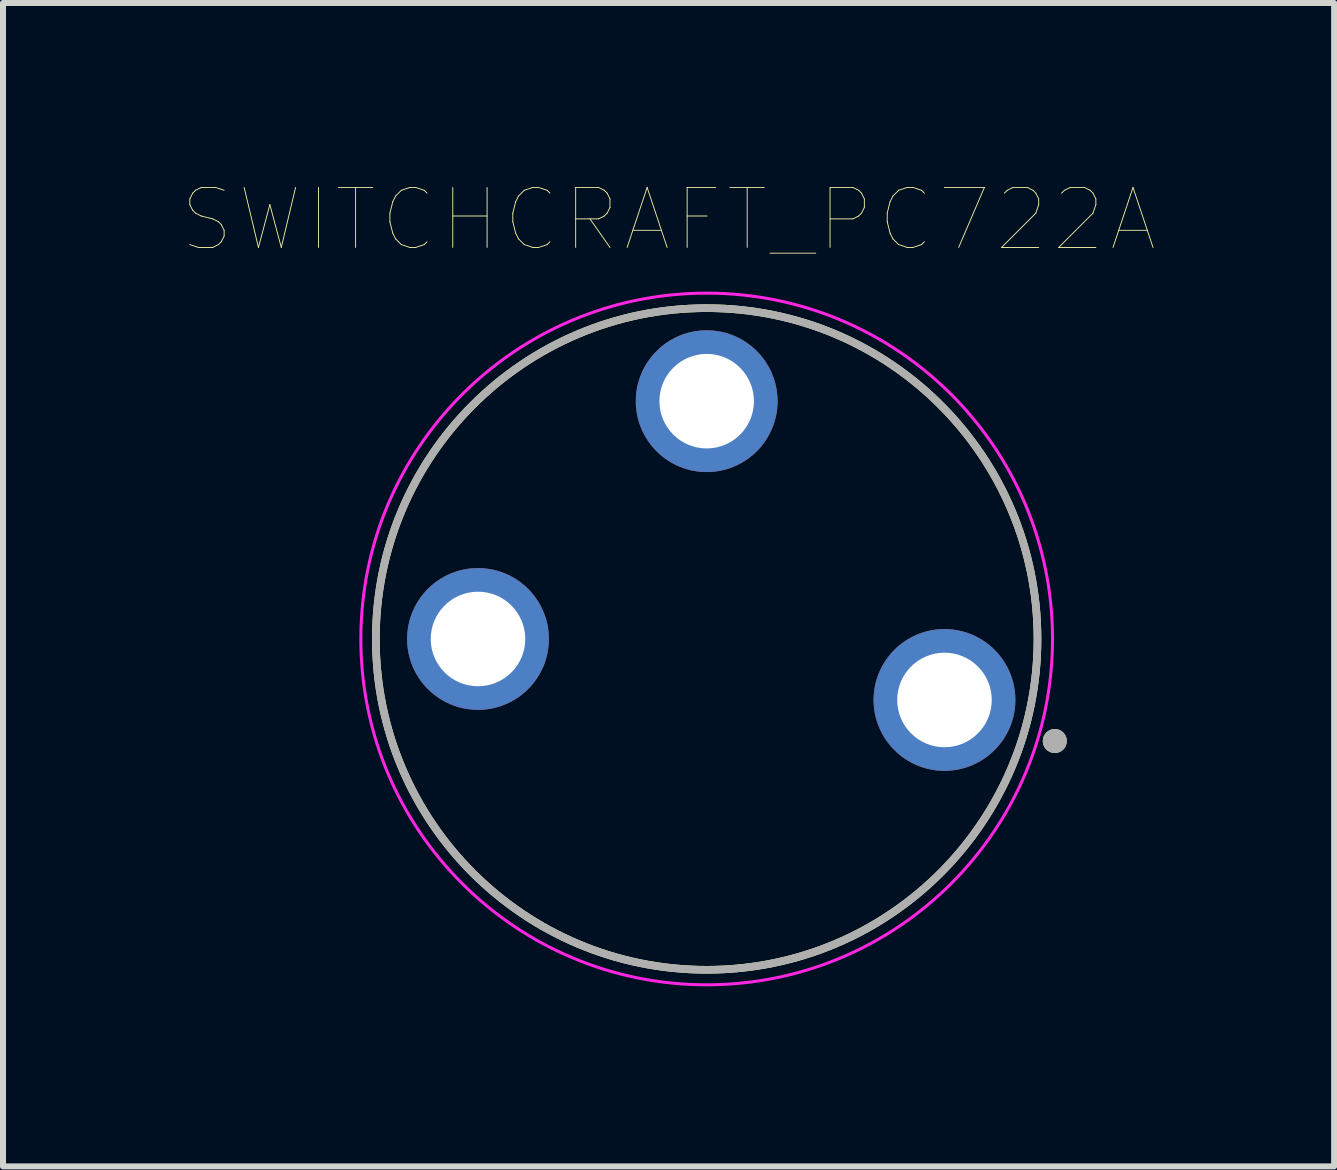
<source format=kicad_pcb>
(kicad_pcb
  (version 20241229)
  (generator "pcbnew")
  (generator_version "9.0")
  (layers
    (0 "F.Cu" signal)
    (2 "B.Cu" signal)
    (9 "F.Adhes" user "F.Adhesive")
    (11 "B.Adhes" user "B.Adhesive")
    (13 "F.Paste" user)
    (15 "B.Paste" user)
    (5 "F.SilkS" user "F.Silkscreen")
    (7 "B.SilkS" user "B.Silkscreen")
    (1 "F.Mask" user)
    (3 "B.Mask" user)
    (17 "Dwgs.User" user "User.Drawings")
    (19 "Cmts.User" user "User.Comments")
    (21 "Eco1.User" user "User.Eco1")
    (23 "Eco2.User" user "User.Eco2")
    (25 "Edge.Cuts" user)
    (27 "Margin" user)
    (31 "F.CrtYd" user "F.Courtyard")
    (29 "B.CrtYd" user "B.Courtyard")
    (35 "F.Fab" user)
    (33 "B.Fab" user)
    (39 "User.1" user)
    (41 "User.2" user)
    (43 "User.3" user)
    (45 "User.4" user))
  (footprint "SWITCHCRAFT_PC722A"
    (layer "F.Cu")
    (at 8.724 7.596)
    (property "Reference" "SWITCHCRAFT_PC722A" (at -0.635 -6.985 0) (layer "F.SilkS") (effects (font (size 1 1) (thickness 0.015))))
    (attr through_hole)
    (fp_circle (center 0 0) (end 5.512 0) (stroke (width 0.127) (type solid)) (fill no) (layer "F.SilkS"))
    (fp_circle (center 5.8 1.7) (end 5.9 1.7) (stroke (width 0.2) (type solid)) (fill no) (layer "F.SilkS"))
    (fp_circle (center 0 0) (end 5.762 0) (stroke (width 0.05) (type solid)) (fill no) (layer "F.CrtYd"))
    (fp_circle (center 0 0) (end 5.512 0) (stroke (width 0.127) (type solid)) (fill no) (layer "F.Fab"))
    (fp_circle (center 5.8 1.7) (end 5.9 1.7) (stroke (width 0.2) (type solid)) (fill no) (layer "F.Fab"))
    (pad "PIN" thru_hole circle (at 3.962 1.016) (size 2.362 2.362) (drill 1.575) (layers "*.Cu" "*.Mask"))
    (pad "SLV" thru_hole circle (at 0 -3.962) (size 2.362 2.362) (drill 1.575) (layers "*.Cu" "*.Mask"))
    (pad "S_S" thru_hole circle (at -3.81 0) (size 2.362 2.362) (drill 1.575) (layers "*.Cu" "*.Mask")))
  (gr_rect
    (start -3 -3)
    (end 19.178 16.383)
    (stroke (width 0.1) (type default))
    (fill no)
    (layer "Edge.Cuts")))
</source>
